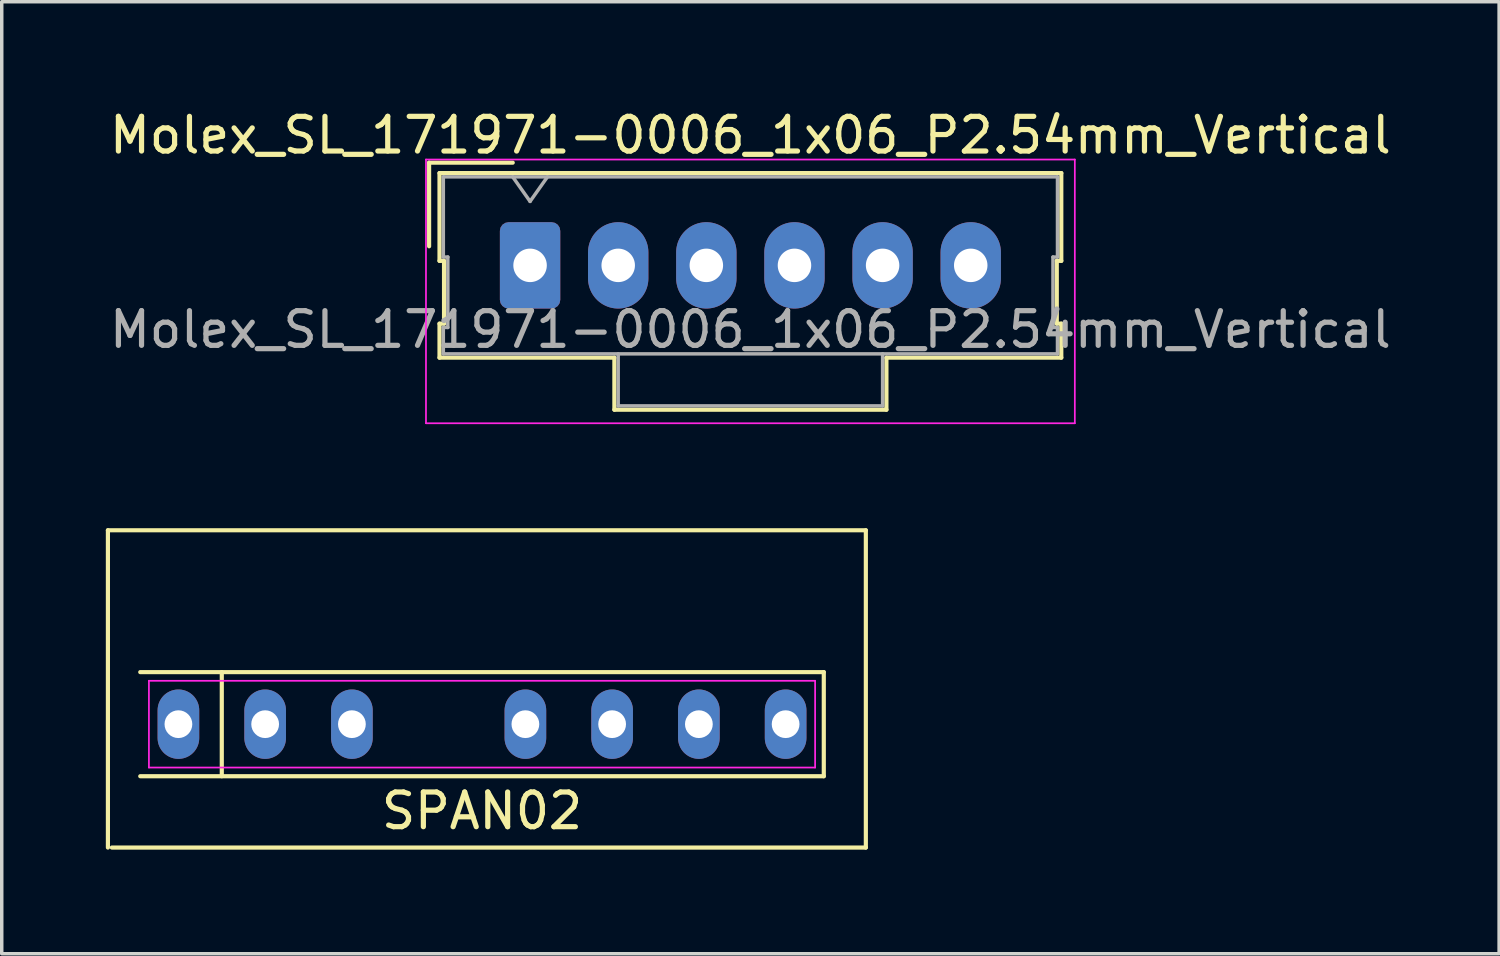
<source format=kicad_pcb>
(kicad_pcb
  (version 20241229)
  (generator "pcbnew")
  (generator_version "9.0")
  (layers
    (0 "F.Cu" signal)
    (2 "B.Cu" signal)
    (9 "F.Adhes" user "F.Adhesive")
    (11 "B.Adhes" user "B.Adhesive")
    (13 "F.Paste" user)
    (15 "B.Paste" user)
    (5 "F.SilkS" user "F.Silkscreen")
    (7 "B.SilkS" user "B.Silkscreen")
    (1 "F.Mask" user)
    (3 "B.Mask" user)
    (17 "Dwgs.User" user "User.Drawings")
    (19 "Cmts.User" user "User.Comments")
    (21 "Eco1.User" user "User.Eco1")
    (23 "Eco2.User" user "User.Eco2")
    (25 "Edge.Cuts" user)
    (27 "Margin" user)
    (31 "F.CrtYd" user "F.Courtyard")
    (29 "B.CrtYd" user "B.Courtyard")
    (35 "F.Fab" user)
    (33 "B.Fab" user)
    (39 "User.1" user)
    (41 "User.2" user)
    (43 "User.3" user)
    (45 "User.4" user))
  (footprint "Molex_SL_171971-0006_1x06_P2.54mm_Vertical"
    (layer "F.Cu")
    (at 12.227 4.598)
    (property "Reference" "Molex_SL_171971-0006_1x06_P2.54mm_Vertical" (at 6.35 -3.75 180) (layer "F.SilkS") (effects (font (size 1 1) (thickness 0.15))))
    (attr through_hole)
    (fp_line (start -2.91 -2.96) (end -0.5 -2.96) (stroke (width 0.12) (type solid)) (layer "F.SilkS"))
    (fp_line (start -2.91 -0.55) (end -2.91 -2.96) (stroke (width 0.12) (type solid)) (layer "F.SilkS"))
    (fp_line (start -2.61 -2.66) (end -2.61 -0.13) (stroke (width 0.12) (type solid)) (layer "F.SilkS"))
    (fp_line (start -2.61 -0.13) (end -2.48 -0.13) (stroke (width 0.12) (type solid)) (layer "F.SilkS"))
    (fp_line (start -2.61 1.68) (end -2.61 2.66) (stroke (width 0.12) (type solid)) (layer "F.SilkS"))
    (fp_line (start -2.61 2.66) (end 2.43 2.66) (stroke (width 0.12) (type solid)) (layer "F.SilkS"))
    (fp_line (start -2.48 -0.13) (end -2.48 1.68) (stroke (width 0.12) (type solid)) (layer "F.SilkS"))
    (fp_line (start -2.48 1.68) (end -2.61 1.68) (stroke (width 0.12) (type solid)) (layer "F.SilkS"))
    (fp_line (start 2.43 2.66) (end 2.43 4.16) (stroke (width 0.12) (type solid)) (layer "F.SilkS"))
    (fp_line (start 2.43 4.16) (end 10.27 4.16) (stroke (width 0.12) (type solid)) (layer "F.SilkS"))
    (fp_line (start 10.27 2.66) (end 15.31 2.66) (stroke (width 0.12) (type solid)) (layer "F.SilkS"))
    (fp_line (start 10.27 4.16) (end 10.27 2.66) (stroke (width 0.12) (type solid)) (layer "F.SilkS"))
    (fp_line (start 15.18 -0.13) (end 15.31 -0.13) (stroke (width 0.12) (type solid)) (layer "F.SilkS"))
    (fp_line (start 15.18 1.68) (end 15.18 -0.13) (stroke (width 0.12) (type solid)) (layer "F.SilkS"))
    (fp_line (start 15.31 -2.66) (end -2.61 -2.66) (stroke (width 0.12) (type solid)) (layer "F.SilkS"))
    (fp_line (start 15.31 -0.13) (end 15.31 -2.66) (stroke (width 0.12) (type solid)) (layer "F.SilkS"))
    (fp_line (start 15.31 1.68) (end 15.18 1.68) (stroke (width 0.12) (type solid)) (layer "F.SilkS"))
    (fp_line (start 15.31 2.66) (end 15.31 1.68) (stroke (width 0.12) (type solid)) (layer "F.SilkS"))
    (fp_line (start -3 -3.05) (end -3 4.55) (stroke (width 0.05) (type solid)) (layer "F.CrtYd"))
    (fp_line (start -3 4.55) (end 15.7 4.55) (stroke (width 0.05) (type solid)) (layer "F.CrtYd"))
    (fp_line (start 15.7 -3.05) (end -3 -3.05) (stroke (width 0.05) (type solid)) (layer "F.CrtYd"))
    (fp_line (start 15.7 4.55) (end 15.7 -3.05) (stroke (width 0.05) (type solid)) (layer "F.CrtYd"))
    (fp_line (start -2.5 -2.55) (end -2.5 -0.24) (stroke (width 0.1) (type solid)) (layer "F.Fab"))
    (fp_line (start -2.5 -0.24) (end -2.37 -0.24) (stroke (width 0.1) (type solid)) (layer "F.Fab"))
    (fp_line (start -2.5 1.79) (end -2.5 2.55) (stroke (width 0.1) (type solid)) (layer "F.Fab"))
    (fp_line (start -2.5 2.55) (end 15.2 2.55) (stroke (width 0.1) (type solid)) (layer "F.Fab"))
    (fp_line (start -2.37 -0.24) (end -2.37 1.79) (stroke (width 0.1) (type solid)) (layer "F.Fab"))
    (fp_line (start -2.37 1.79) (end -2.5 1.79) (stroke (width 0.1) (type solid)) (layer "F.Fab"))
    (fp_line (start 0 -1.843) (end -0.5 -2.55) (stroke (width 0.1) (type solid)) (layer "F.Fab"))
    (fp_line (start 0.5 -2.55) (end 0 -1.843) (stroke (width 0.1) (type solid)) (layer "F.Fab"))
    (fp_line (start 2.54 2.55) (end 2.54 4.05) (stroke (width 0.1) (type solid)) (layer "F.Fab"))
    (fp_line (start 2.54 4.05) (end 10.16 4.05) (stroke (width 0.1) (type solid)) (layer "F.Fab"))
    (fp_line (start 10.16 4.05) (end 10.16 2.55) (stroke (width 0.1) (type solid)) (layer "F.Fab"))
    (fp_line (start 15.07 -0.24) (end 15.2 -0.24) (stroke (width 0.1) (type solid)) (layer "F.Fab"))
    (fp_line (start 15.07 1.79) (end 15.07 -0.24) (stroke (width 0.1) (type solid)) (layer "F.Fab"))
    (fp_line (start 15.2 -2.55) (end -2.5 -2.55) (stroke (width 0.1) (type solid)) (layer "F.Fab"))
    (fp_line (start 15.2 -0.24) (end 15.2 -2.55) (stroke (width 0.1) (type solid)) (layer "F.Fab"))
    (fp_line (start 15.2 1.79) (end 15.07 1.79) (stroke (width 0.1) (type solid)) (layer "F.Fab"))
    (fp_line (start 15.2 2.55) (end 15.2 1.79) (stroke (width 0.1) (type solid)) (layer "F.Fab"))
    (fp_text user "${REFERENCE}" (at 6.35 1.85 180) (layer "F.Fab") (effects (font (size 1 1) (thickness 0.15))))
    (pad "1" thru_hole roundrect (at 0 0) (size 1.74 2.489) (drill 0.965) (layers "*.Cu" "*.Mask") (roundrect_rratio 0.144))
    (pad "2" thru_hole oval (at 2.54 0) (size 1.74 2.489) (drill 0.965) (layers "*.Cu" "*.Mask"))
    (pad "3" thru_hole oval (at 5.08 0) (size 1.74 2.489) (drill 0.965) (layers "*.Cu" "*.Mask"))
    (pad "4" thru_hole oval (at 7.62 0) (size 1.74 2.489) (drill 0.965) (layers "*.Cu" "*.Mask"))
    (pad "5" thru_hole oval (at 10.16 0) (size 1.74 2.489) (drill 0.965) (layers "*.Cu" "*.Mask"))
    (pad "6" thru_hole oval (at 12.7 0) (size 1.74 2.489) (drill 0.965) (layers "*.Cu" "*.Mask")))
  (footprint "SPAN02"
    (layer "F.Cu")
    (at 10.842 17.821)
    (property "Reference" "SPAN02" (at 0 2.5 0) (layer "F.SilkS") (effects (font (size 1 1) (thickness 0.15))))
    (attr through_hole)
    (fp_line (start -10.782 -5.588) (end -10.782 3.556) (stroke (width 0.12) (type solid)) (layer "F.SilkS"))
    (fp_line (start -10.782 -5.588) (end 11.062 -5.588) (stroke (width 0.12) (type solid)) (layer "F.SilkS"))
    (fp_line (start -10.668 3.556) (end 11.062 3.556) (stroke (width 0.12) (type solid)) (layer "F.SilkS"))
    (fp_line (start -9.85 -1.5) (end 9.85 -1.5) (stroke (width 0.12) (type solid)) (layer "F.SilkS"))
    (fp_line (start -7.5 -1.5) (end -7.5 1.5) (stroke (width 0.12) (type solid)) (layer "F.SilkS"))
    (fp_line (start 9.85 -1.5) (end 9.85 1.5) (stroke (width 0.12) (type solid)) (layer "F.SilkS"))
    (fp_line (start 9.85 1.5) (end -9.85 1.5) (stroke (width 0.12) (type solid)) (layer "F.SilkS"))
    (fp_line (start 11.062 -5.588) (end 11.062 3.556) (stroke (width 0.12) (type solid)) (layer "F.SilkS"))
    (fp_line (start -9.6 -1.25) (end 9.6 -1.25) (stroke (width 0.05) (type solid)) (layer "F.CrtYd"))
    (fp_line (start -9.6 1.25) (end -9.6 -1.25) (stroke (width 0.05) (type solid)) (layer "F.CrtYd"))
    (fp_line (start 9.6 -1.25) (end 9.6 1.25) (stroke (width 0.05) (type solid)) (layer "F.CrtYd"))
    (fp_line (start 9.6 1.25) (end -9.6 1.25) (stroke (width 0.05) (type solid)) (layer "F.CrtYd"))
    (pad "1" thru_hole oval (at -8.75 0) (size 1.2 2) (drill 0.8) (layers "*.Cu" "*.Mask"))
    (pad "2" thru_hole oval (at -6.25 0) (size 1.2 2) (drill 0.8) (layers "*.Cu" "*.Mask"))
    (pad "3" thru_hole oval (at -3.75 0) (size 1.2 2) (drill 0.8) (layers "*.Cu" "*.Mask"))
    (pad "5" thru_hole oval (at 1.25 0) (size 1.2 2) (drill 0.8) (layers "*.Cu" "*.Mask"))
    (pad "6" thru_hole oval (at 3.75 0) (size 1.2 2) (drill 0.8) (layers "*.Cu" "*.Mask"))
    (pad "7" thru_hole oval (at 6.25 0) (size 1.2 2) (drill 0.8) (layers "*.Cu" "*.Mask"))
    (pad "8" thru_hole oval (at 8.75 0) (size 1.2 2) (drill 0.8) (layers "*.Cu" "*.Mask")))
  (gr_rect
    (start -3 -3)
    (end 40.155 24.437)
    (stroke (width 0.1) (type default))
    (fill no)
    (layer "Edge.Cuts")))
</source>
